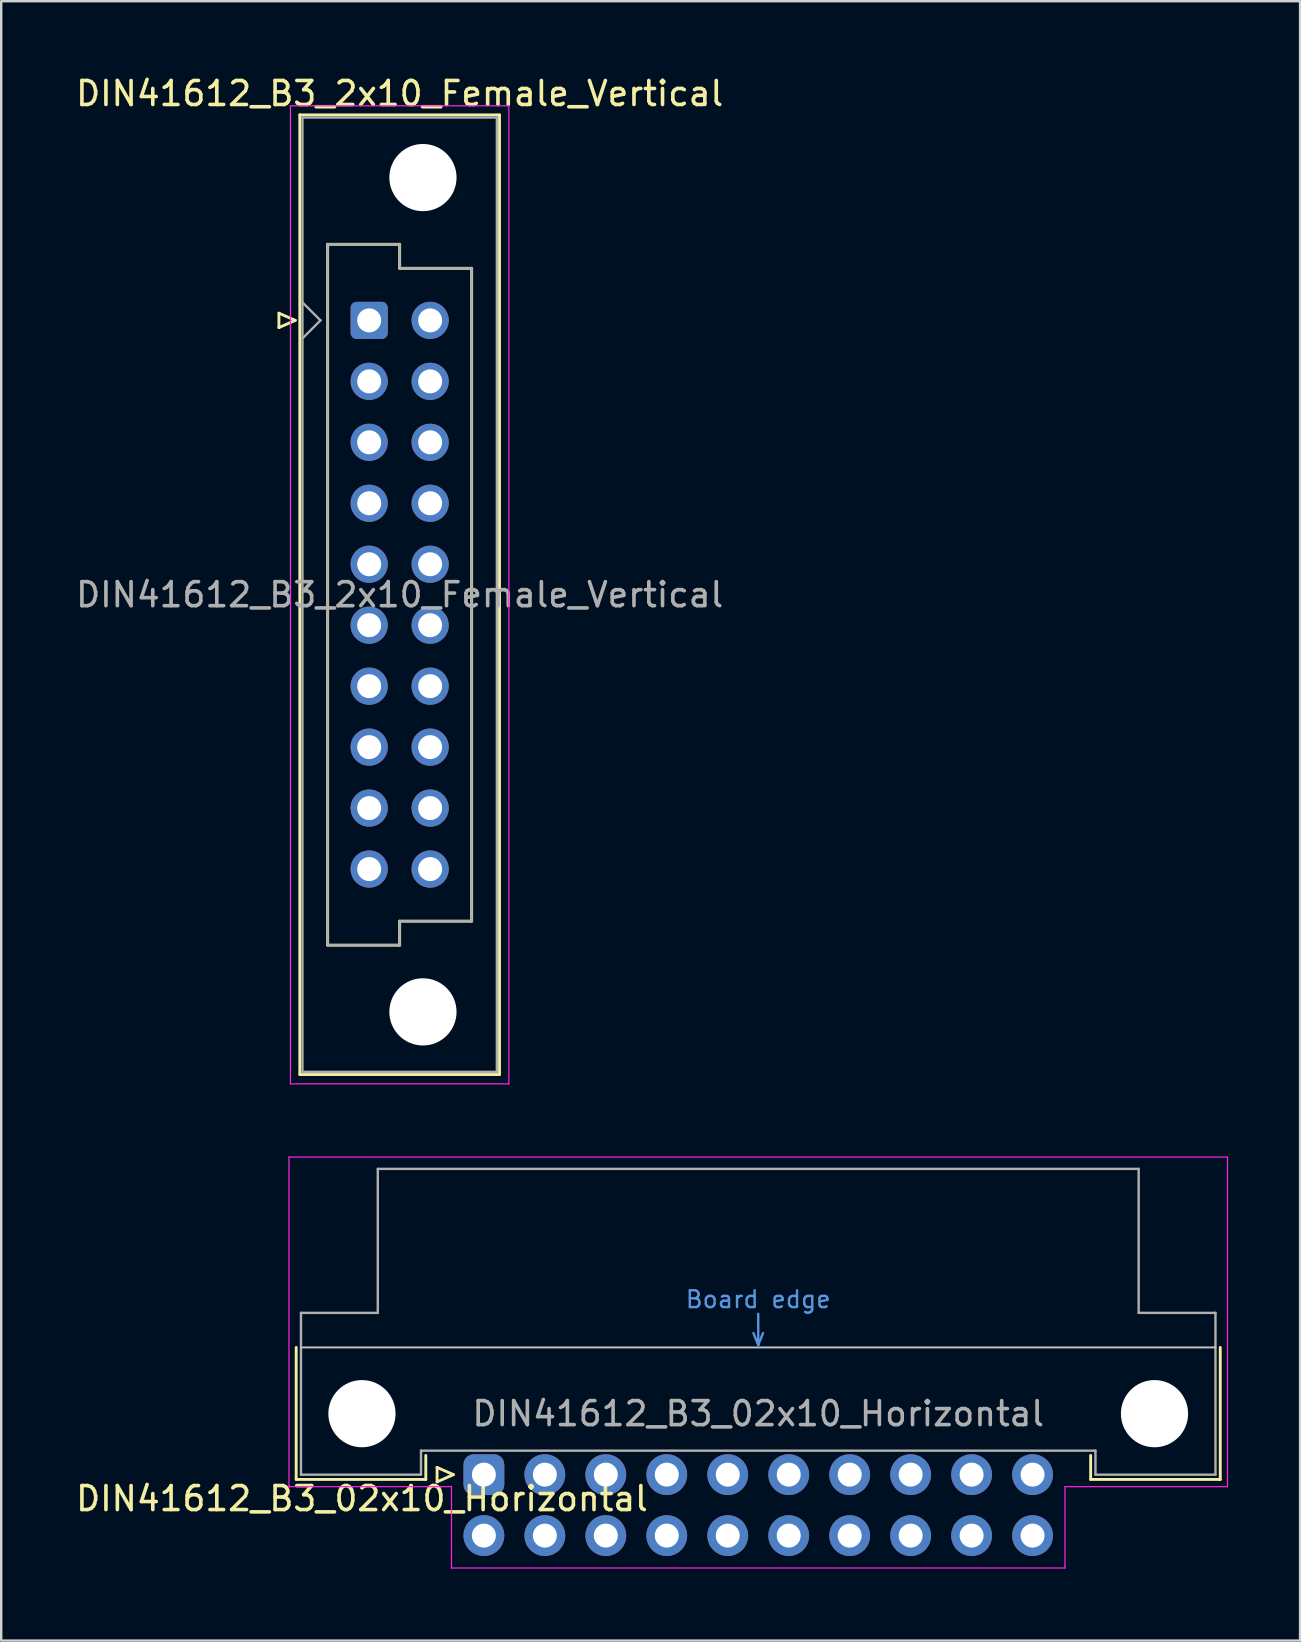
<source format=kicad_pcb>
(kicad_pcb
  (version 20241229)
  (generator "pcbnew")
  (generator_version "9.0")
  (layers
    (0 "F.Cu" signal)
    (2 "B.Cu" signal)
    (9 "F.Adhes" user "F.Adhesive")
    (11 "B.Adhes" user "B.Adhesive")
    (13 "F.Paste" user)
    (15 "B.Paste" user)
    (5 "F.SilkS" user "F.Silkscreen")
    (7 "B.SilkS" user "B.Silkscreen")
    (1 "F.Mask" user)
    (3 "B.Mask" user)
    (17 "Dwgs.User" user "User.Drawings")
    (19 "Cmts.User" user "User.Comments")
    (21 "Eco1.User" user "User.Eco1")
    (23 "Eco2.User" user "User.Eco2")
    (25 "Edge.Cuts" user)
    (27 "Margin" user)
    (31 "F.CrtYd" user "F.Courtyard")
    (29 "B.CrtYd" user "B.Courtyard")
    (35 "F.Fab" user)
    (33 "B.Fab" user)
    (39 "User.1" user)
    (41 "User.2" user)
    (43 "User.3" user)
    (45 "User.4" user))
  (footprint "DIN41612_B3_02x10_Horizontal"
    (layer "F.Cu")
    (at 17.11 58.388)
    (property "Reference" "DIN41612_B3_02x10_Horizontal" (at -5.08 1 0) (layer "F.SilkS") (effects (font (size 1 1) (thickness 0.15))))
    (attr through_hole)
    (fp_line (start -7.82 -5.3) (end -7.82 0.2) (stroke (width 0.12) (type solid)) (layer "F.SilkS"))
    (fp_line (start -7.82 0.2) (end -2.42 0.2) (stroke (width 0.12) (type solid)) (layer "F.SilkS"))
    (fp_line (start -2.42 0.2) (end -2.42 -0.8) (stroke (width 0.12) (type solid)) (layer "F.SilkS"))
    (fp_line (start -1.95 -0.3) (end -1.95 0.3) (stroke (width 0.12) (type solid)) (layer "F.SilkS"))
    (fp_line (start -1.95 0.3) (end -1.27 0) (stroke (width 0.12) (type solid)) (layer "F.SilkS"))
    (fp_line (start -1.27 0) (end -1.95 -0.3) (stroke (width 0.12) (type solid)) (layer "F.SilkS"))
    (fp_line (start 25.28 0.2) (end 25.28 -0.8) (stroke (width 0.12) (type solid)) (layer "F.SilkS"))
    (fp_line (start 30.68 -5.3) (end 30.68 0.2) (stroke (width 0.12) (type solid)) (layer "F.SilkS"))
    (fp_line (start 30.68 0.2) (end 25.28 0.2) (stroke (width 0.12) (type solid)) (layer "F.SilkS"))
    (fp_line (start -7.62 -5.3) (end 30.48 -5.3) (stroke (width 0.08) (type solid)) (layer "Dwgs.User"))
    (fp_line (start 11.23 -5.9) (end 11.43 -5.4) (stroke (width 0.1) (type solid)) (layer "Cmts.User"))
    (fp_line (start 11.43 -5.4) (end 11.43 -6.7) (stroke (width 0.1) (type solid)) (layer "Cmts.User"))
    (fp_line (start 11.43 -5.4) (end 11.63 -5.9) (stroke (width 0.1) (type solid)) (layer "Cmts.User"))
    (fp_line (start -8.12 -13.23) (end -8.12 0.5) (stroke (width 0.05) (type solid)) (layer "F.CrtYd"))
    (fp_line (start -8.12 0.5) (end -1.35 0.5) (stroke (width 0.05) (type solid)) (layer "F.CrtYd"))
    (fp_line (start -1.35 0.5) (end -1.35 3.89) (stroke (width 0.05) (type solid)) (layer "F.CrtYd"))
    (fp_line (start -1.35 3.89) (end 24.21 3.89) (stroke (width 0.05) (type solid)) (layer "F.CrtYd"))
    (fp_line (start 24.21 0.5) (end 30.98 0.5) (stroke (width 0.05) (type solid)) (layer "F.CrtYd"))
    (fp_line (start 24.21 3.89) (end 24.21 0.5) (stroke (width 0.05) (type solid)) (layer "F.CrtYd"))
    (fp_line (start 30.98 -13.23) (end -8.12 -13.23) (stroke (width 0.05) (type solid)) (layer "F.CrtYd"))
    (fp_line (start 30.98 0.5) (end 30.98 -13.23) (stroke (width 0.05) (type solid)) (layer "F.CrtYd"))
    (fp_line (start -7.62 -6.74) (end -7.62 0) (stroke (width 0.1) (type solid)) (layer "F.Fab"))
    (fp_line (start -7.62 0) (end -2.62 0) (stroke (width 0.1) (type solid)) (layer "F.Fab"))
    (fp_line (start -4.42 -12.74) (end -4.42 -6.74) (stroke (width 0.1) (type solid)) (layer "F.Fab"))
    (fp_line (start -4.42 -6.74) (end -7.62 -6.74) (stroke (width 0.1) (type solid)) (layer "F.Fab"))
    (fp_line (start -2.62 -1) (end 25.48 -1) (stroke (width 0.1) (type solid)) (layer "F.Fab"))
    (fp_line (start -2.62 0) (end -2.62 -1) (stroke (width 0.1) (type solid)) (layer "F.Fab"))
    (fp_line (start 25.48 -1) (end 25.48 0) (stroke (width 0.1) (type solid)) (layer "F.Fab"))
    (fp_line (start 25.48 0) (end 30.48 0) (stroke (width 0.1) (type solid)) (layer "F.Fab"))
    (fp_line (start 27.28 -12.74) (end -4.42 -12.74) (stroke (width 0.1) (type solid)) (layer "F.Fab"))
    (fp_line (start 27.28 -6.74) (end 27.28 -12.74) (stroke (width 0.1) (type solid)) (layer "F.Fab"))
    (fp_line (start 30.48 -6.74) (end 27.28 -6.74) (stroke (width 0.1) (type solid)) (layer "F.Fab"))
    (fp_line (start 30.48 0) (end 30.48 -6.74) (stroke (width 0.1) (type solid)) (layer "F.Fab"))
    (fp_text user "Board edge" (at 11.43 -7.3 0) (layer "Cmts.User") (effects (font (size 0.7 0.7) (thickness 0.1))))
    (fp_text user "${REFERENCE}" (at 11.43 -2.54 0) (layer "F.Fab") (effects (font (size 1 1) (thickness 0.15))))
    (pad "" np_thru_hole circle (at -5.08 -2.54) (size 2.8 2.8) (drill 2.8) (layers "*.Cu" "*.Mask"))
    (pad "" np_thru_hole circle (at 27.94 -2.54) (size 2.8 2.8) (drill 2.8) (layers "*.Cu" "*.Mask"))
    (pad "a1" thru_hole roundrect (at 0 0) (size 1.7 1.7) (drill 1) (layers "*.Cu" "*.Mask") (roundrect_rratio 0.25))
    (pad "a2" thru_hole circle (at 2.54 0) (size 1.7 1.7) (drill 1) (layers "*.Cu" "*.Mask"))
    (pad "a3" thru_hole circle (at 5.08 0) (size 1.7 1.7) (drill 1) (layers "*.Cu" "*.Mask"))
    (pad "a4" thru_hole circle (at 7.62 0) (size 1.7 1.7) (drill 1) (layers "*.Cu" "*.Mask"))
    (pad "a5" thru_hole circle (at 10.16 0) (size 1.7 1.7) (drill 1) (layers "*.Cu" "*.Mask"))
    (pad "a6" thru_hole circle (at 12.7 0) (size 1.7 1.7) (drill 1) (layers "*.Cu" "*.Mask"))
    (pad "a7" thru_hole circle (at 15.24 0) (size 1.7 1.7) (drill 1) (layers "*.Cu" "*.Mask"))
    (pad "a8" thru_hole circle (at 17.78 0) (size 1.7 1.7) (drill 1) (layers "*.Cu" "*.Mask"))
    (pad "a9" thru_hole circle (at 20.32 0) (size 1.7 1.7) (drill 1) (layers "*.Cu" "*.Mask"))
    (pad "a10" thru_hole circle (at 22.86 0) (size 1.7 1.7) (drill 1) (layers "*.Cu" "*.Mask"))
    (pad "b1" thru_hole circle (at 0 2.54) (size 1.7 1.7) (drill 1) (layers "*.Cu" "*.Mask"))
    (pad "b2" thru_hole circle (at 2.54 2.54) (size 1.7 1.7) (drill 1) (layers "*.Cu" "*.Mask"))
    (pad "b3" thru_hole circle (at 5.08 2.54) (size 1.7 1.7) (drill 1) (layers "*.Cu" "*.Mask"))
    (pad "b4" thru_hole circle (at 7.62 2.54) (size 1.7 1.7) (drill 1) (layers "*.Cu" "*.Mask"))
    (pad "b5" thru_hole circle (at 10.16 2.54) (size 1.7 1.7) (drill 1) (layers "*.Cu" "*.Mask"))
    (pad "b6" thru_hole circle (at 12.7 2.54) (size 1.7 1.7) (drill 1) (layers "*.Cu" "*.Mask"))
    (pad "b7" thru_hole circle (at 15.24 2.54) (size 1.7 1.7) (drill 1) (layers "*.Cu" "*.Mask"))
    (pad "b8" thru_hole circle (at 17.78 2.54) (size 1.7 1.7) (drill 1) (layers "*.Cu" "*.Mask"))
    (pad "b9" thru_hole circle (at 20.32 2.54) (size 1.7 1.7) (drill 1) (layers "*.Cu" "*.Mask"))
    (pad "b10" thru_hole circle (at 22.86 2.54) (size 1.7 1.7) (drill 1) (layers "*.Cu" "*.Mask")))
  (footprint "DIN41612_B3_2x10_Female_Vertical"
    (layer "F.Cu")
    (at 12.331 10.298)
    (property "Reference" "DIN41612_B3_2x10_Female_Vertical" (at 1.27 -9.45 0) (layer "F.SilkS") (effects (font (size 1 1) (thickness 0.15))))
    (attr through_hole)
    (fp_line (start -3.76 -0.3) (end -3.76 0.3) (stroke (width 0.12) (type solid)) (layer "F.SilkS"))
    (fp_line (start -3.76 0.3) (end -3.08 0) (stroke (width 0.12) (type solid)) (layer "F.SilkS"))
    (fp_line (start -3.08 0) (end -3.76 -0.3) (stroke (width 0.12) (type solid)) (layer "F.SilkS"))
    (fp_line (start -2.89 -8.56) (end 5.43 -8.56) (stroke (width 0.12) (type solid)) (layer "F.SilkS"))
    (fp_line (start -2.89 31.42) (end -2.89 -8.56) (stroke (width 0.12) (type solid)) (layer "F.SilkS"))
    (fp_line (start -1.73 -3.17) (end 1.27 -3.17) (stroke (width 0.12) (type solid)) (layer "F.SilkS"))
    (fp_line (start -1.73 26.03) (end -1.73 -3.17) (stroke (width 0.12) (type solid)) (layer "F.SilkS"))
    (fp_line (start 1.27 -3.17) (end 1.27 -2.17) (stroke (width 0.12) (type solid)) (layer "F.SilkS"))
    (fp_line (start 1.27 -2.17) (end 4.27 -2.17) (stroke (width 0.12) (type solid)) (layer "F.SilkS"))
    (fp_line (start 1.27 25.03) (end 1.27 26.03) (stroke (width 0.12) (type solid)) (layer "F.SilkS"))
    (fp_line (start 1.27 26.03) (end -1.73 26.03) (stroke (width 0.12) (type solid)) (layer "F.SilkS"))
    (fp_line (start 4.27 -2.17) (end 4.27 25.03) (stroke (width 0.12) (type solid)) (layer "F.SilkS"))
    (fp_line (start 4.27 25.03) (end 1.27 25.03) (stroke (width 0.12) (type solid)) (layer "F.SilkS"))
    (fp_line (start 5.43 -8.56) (end 5.43 31.42) (stroke (width 0.12) (type solid)) (layer "F.SilkS"))
    (fp_line (start 5.43 31.42) (end -2.89 31.42) (stroke (width 0.12) (type solid)) (layer "F.SilkS"))
    (fp_line (start -3.28 -8.94) (end 5.82 -8.94) (stroke (width 0.05) (type solid)) (layer "F.CrtYd"))
    (fp_line (start -3.28 31.81) (end -3.28 -8.94) (stroke (width 0.05) (type solid)) (layer "F.CrtYd"))
    (fp_line (start 5.82 -8.94) (end 5.82 31.81) (stroke (width 0.05) (type solid)) (layer "F.CrtYd"))
    (fp_line (start 5.82 31.81) (end -3.28 31.81) (stroke (width 0.05) (type solid)) (layer "F.CrtYd"))
    (fp_line (start -2.78 -8.45) (end 5.32 -8.45) (stroke (width 0.1) (type solid)) (layer "F.Fab"))
    (fp_line (start -2.78 -0.75) (end -2.03 0) (stroke (width 0.1) (type solid)) (layer "F.Fab"))
    (fp_line (start -2.78 31.31) (end -2.78 -8.45) (stroke (width 0.1) (type solid)) (layer "F.Fab"))
    (fp_line (start -2.03 0) (end -2.78 0.75) (stroke (width 0.1) (type solid)) (layer "F.Fab"))
    (fp_line (start -1.73 -3.17) (end 1.27 -3.17) (stroke (width 0.1) (type solid)) (layer "F.Fab"))
    (fp_line (start -1.73 26.03) (end -1.73 -3.17) (stroke (width 0.1) (type solid)) (layer "F.Fab"))
    (fp_line (start 1.27 -3.17) (end 1.27 -2.17) (stroke (width 0.1) (type solid)) (layer "F.Fab"))
    (fp_line (start 1.27 -2.17) (end 4.27 -2.17) (stroke (width 0.1) (type solid)) (layer "F.Fab"))
    (fp_line (start 1.27 25.03) (end 1.27 26.03) (stroke (width 0.1) (type solid)) (layer "F.Fab"))
    (fp_line (start 1.27 26.03) (end -1.73 26.03) (stroke (width 0.1) (type solid)) (layer "F.Fab"))
    (fp_line (start 4.27 -2.17) (end 4.27 25.03) (stroke (width 0.1) (type solid)) (layer "F.Fab"))
    (fp_line (start 4.27 25.03) (end 1.27 25.03) (stroke (width 0.1) (type solid)) (layer "F.Fab"))
    (fp_line (start 5.32 -8.45) (end 5.32 31.31) (stroke (width 0.1) (type solid)) (layer "F.Fab"))
    (fp_line (start 5.32 31.31) (end -2.78 31.31) (stroke (width 0.1) (type solid)) (layer "F.Fab"))
    (fp_text user "${REFERENCE}" (at 1.27 11.43 0) (layer "F.Fab") (effects (font (size 1 1) (thickness 0.15))))
    (pad "" np_thru_hole circle (at 2.24 -5.95) (size 2.8 2.8) (drill 2.8) (layers "*.Cu" "*.Mask"))
    (pad "" np_thru_hole circle (at 2.24 28.81) (size 2.8 2.8) (drill 2.8) (layers "*.Cu" "*.Mask"))
    (pad "a1" thru_hole roundrect (at 0 0) (size 1.55 1.55) (drill 1) (layers "*.Cu" "*.Mask") (roundrect_rratio 0.161))
    (pad "a2" thru_hole circle (at 0 2.54) (size 1.55 1.55) (drill 1) (layers "*.Cu" "*.Mask"))
    (pad "a3" thru_hole circle (at 0 5.08) (size 1.55 1.55) (drill 1) (layers "*.Cu" "*.Mask"))
    (pad "a4" thru_hole circle (at 0 7.62) (size 1.55 1.55) (drill 1) (layers "*.Cu" "*.Mask"))
    (pad "a5" thru_hole circle (at 0 10.16) (size 1.55 1.55) (drill 1) (layers "*.Cu" "*.Mask"))
    (pad "a6" thru_hole circle (at 0 12.7) (size 1.55 1.55) (drill 1) (layers "*.Cu" "*.Mask"))
    (pad "a7" thru_hole circle (at 0 15.24) (size 1.55 1.55) (drill 1) (layers "*.Cu" "*.Mask"))
    (pad "a8" thru_hole circle (at 0 17.78) (size 1.55 1.55) (drill 1) (layers "*.Cu" "*.Mask"))
    (pad "a9" thru_hole circle (at 0 20.32) (size 1.55 1.55) (drill 1) (layers "*.Cu" "*.Mask"))
    (pad "a10" thru_hole circle (at 0 22.86) (size 1.55 1.55) (drill 1) (layers "*.Cu" "*.Mask"))
    (pad "b1" thru_hole circle (at 2.54 0) (size 1.55 1.55) (drill 1) (layers "*.Cu" "*.Mask"))
    (pad "b2" thru_hole circle (at 2.54 2.54) (size 1.55 1.55) (drill 1) (layers "*.Cu" "*.Mask"))
    (pad "b3" thru_hole circle (at 2.54 5.08) (size 1.55 1.55) (drill 1) (layers "*.Cu" "*.Mask"))
    (pad "b4" thru_hole circle (at 2.54 7.62) (size 1.55 1.55) (drill 1) (layers "*.Cu" "*.Mask"))
    (pad "b5" thru_hole circle (at 2.54 10.16) (size 1.55 1.55) (drill 1) (layers "*.Cu" "*.Mask"))
    (pad "b6" thru_hole circle (at 2.54 12.7) (size 1.55 1.55) (drill 1) (layers "*.Cu" "*.Mask"))
    (pad "b7" thru_hole circle (at 2.54 15.24) (size 1.55 1.55) (drill 1) (layers "*.Cu" "*.Mask"))
    (pad "b8" thru_hole circle (at 2.54 17.78) (size 1.55 1.55) (drill 1) (layers "*.Cu" "*.Mask"))
    (pad "b9" thru_hole circle (at 2.54 20.32) (size 1.55 1.55) (drill 1) (layers "*.Cu" "*.Mask"))
    (pad "b10" thru_hole circle (at 2.54 22.86) (size 1.55 1.55) (drill 1) (layers "*.Cu" "*.Mask")))
  (gr_rect
    (start -3 -3)
    (end 51.115 65.303)
    (stroke (width 0.1) (type default))
    (fill no)
    (layer "Edge.Cuts")))
</source>
